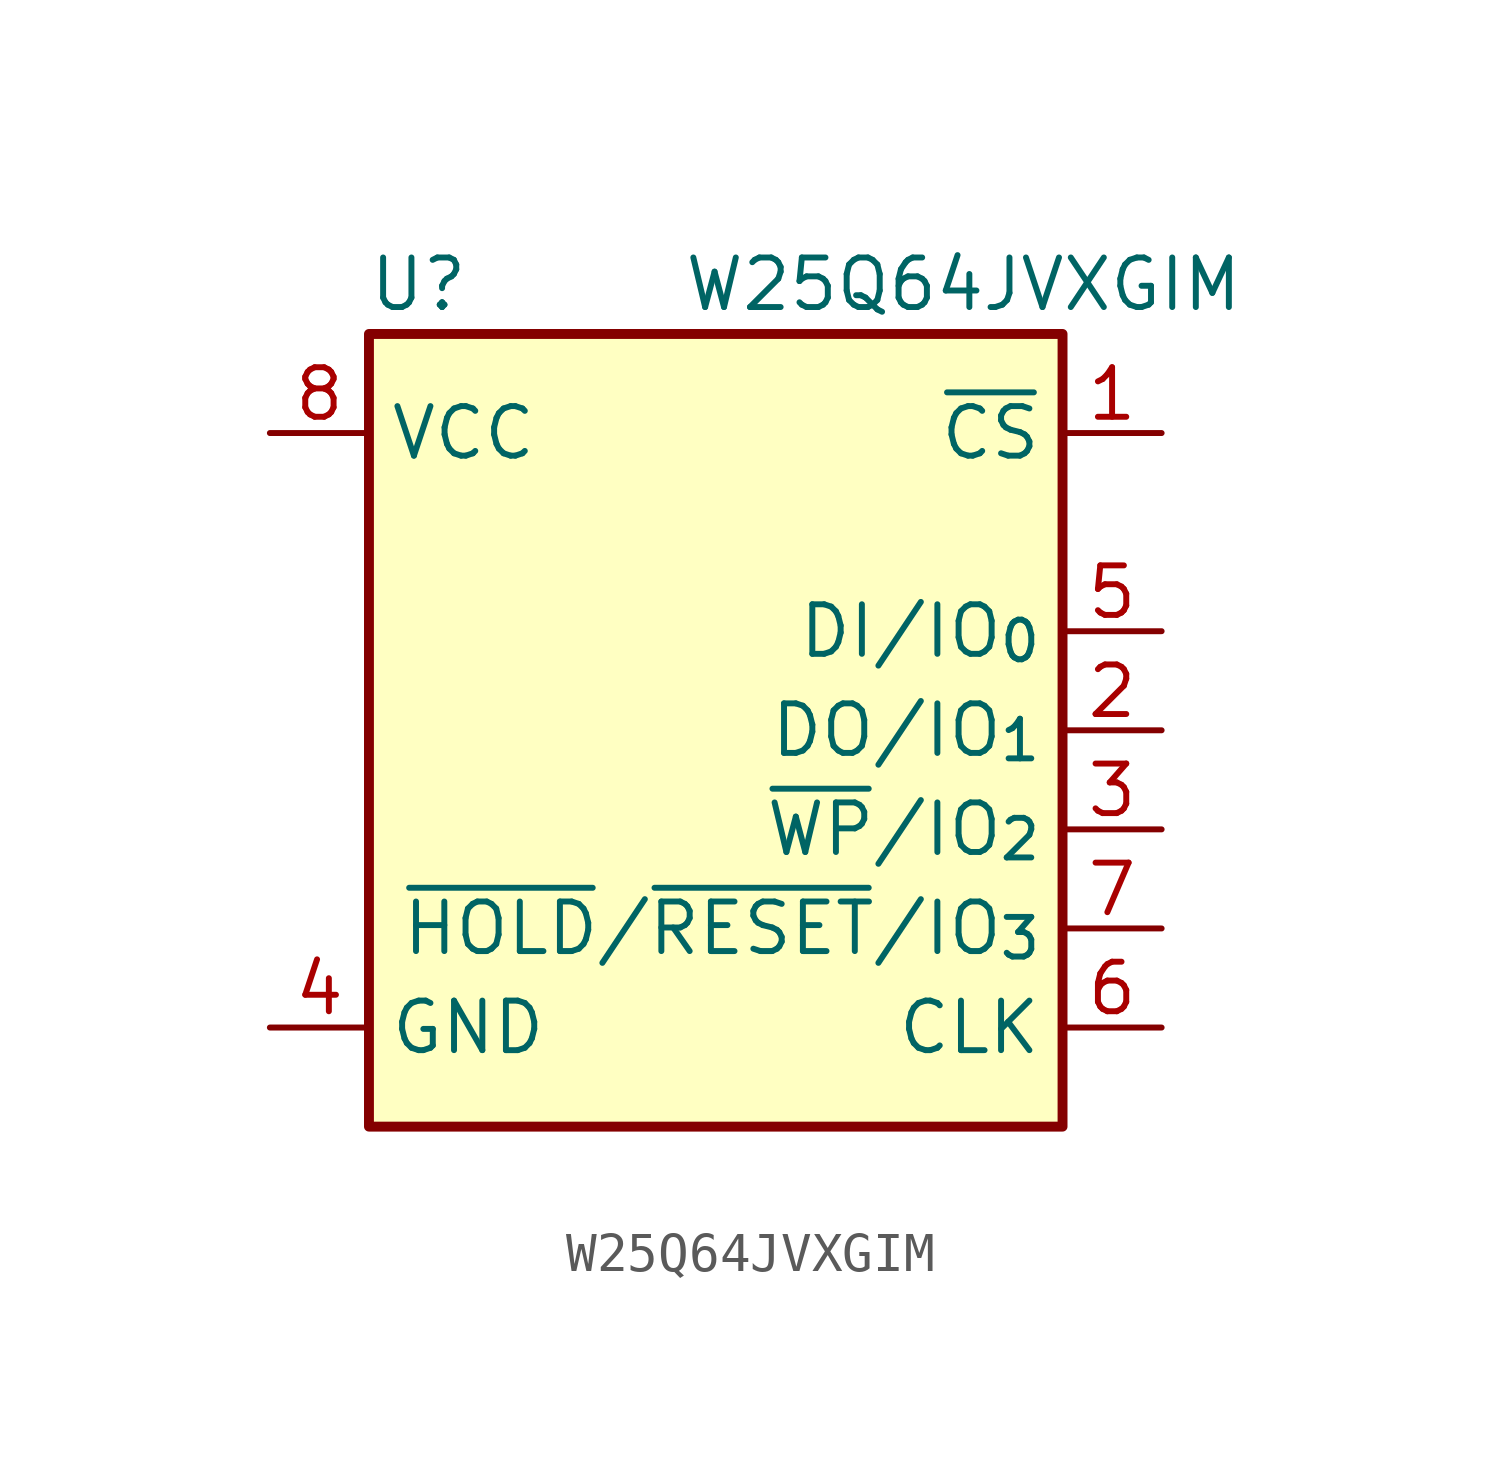
<source format=kicad_sym>
(kicad_symbol_lib
  (version 20241209)
  (generator "kicad_symbol_editor")
  (generator_version "9.0")
  (symbol "W25Q64JVXGIM"
    (property "Reference" "U"
      (at -6.35 11.43 0)
      (effects (font (size 1.27 1.27))))
    (property "Value" "W25Q64JVXGIM"
      (at 7.62 11.43 0)
      (effects (font (size 1.27 1.27))))
    (symbol "W25Q64JVXGIM_0_1"
      (rectangle (start -7.62 10.16) (end 10.16 -10.16) (stroke (width 0.254) (type default)) (fill (type background))))
    (symbol "W25Q64JVXGIM_1_1"
      (pin power_in line (at -10.16 7.62 0) (length 2.54) (name "VCC" (effects (font (size 1.27 1.27)))) (number "8" (effects (font (size 1.27 1.27)))))
      (pin power_in line (at -10.16 -7.62 0) (length 2.54) (name "GND" (effects (font (size 1.27 1.27)))) (number "4" (effects (font (size 1.27 1.27)))))
      (pin power_in line (at -10.16 -7.62 0) (length 2.54) (hide yes) (name "GND" (effects (font (size 1.27 1.27)))) (number "9" (effects (font (size 1.27 1.27)))))
      (pin input line (at 12.7 7.62 180) (length 2.54) (name "~{CS}" (effects (font (size 1.27 1.27)))) (number "1" (effects (font (size 1.27 1.27)))))
      (pin bidirectional line (at 12.7 2.54 180) (length 2.54) (name "DI/IO_{0}" (effects (font (size 1.27 1.27)))) (number "5" (effects (font (size 1.27 1.27)))))
      (pin bidirectional line (at 12.7 0 180) (length 2.54) (name "DO/IO_{1}" (effects (font (size 1.27 1.27)))) (number "2" (effects (font (size 1.27 1.27)))))
      (pin bidirectional line (at 12.7 -2.54 180) (length 2.54) (name "~{WP}/IO_{2}" (effects (font (size 1.27 1.27)))) (number "3" (effects (font (size 1.27 1.27)))))
      (pin bidirectional line (at 12.7 -5.08 180) (length 2.54) (name "~{HOLD}/~{RESET}/IO_{3}" (effects (font (size 1.27 1.27)))) (number "7" (effects (font (size 1.27 1.27)))))
      (pin input line (at 12.7 -7.62 180) (length 2.54) (name "CLK" (effects (font (size 1.27 1.27)))) (number "6" (effects (font (size 1.27 1.27))))))))
</source>
